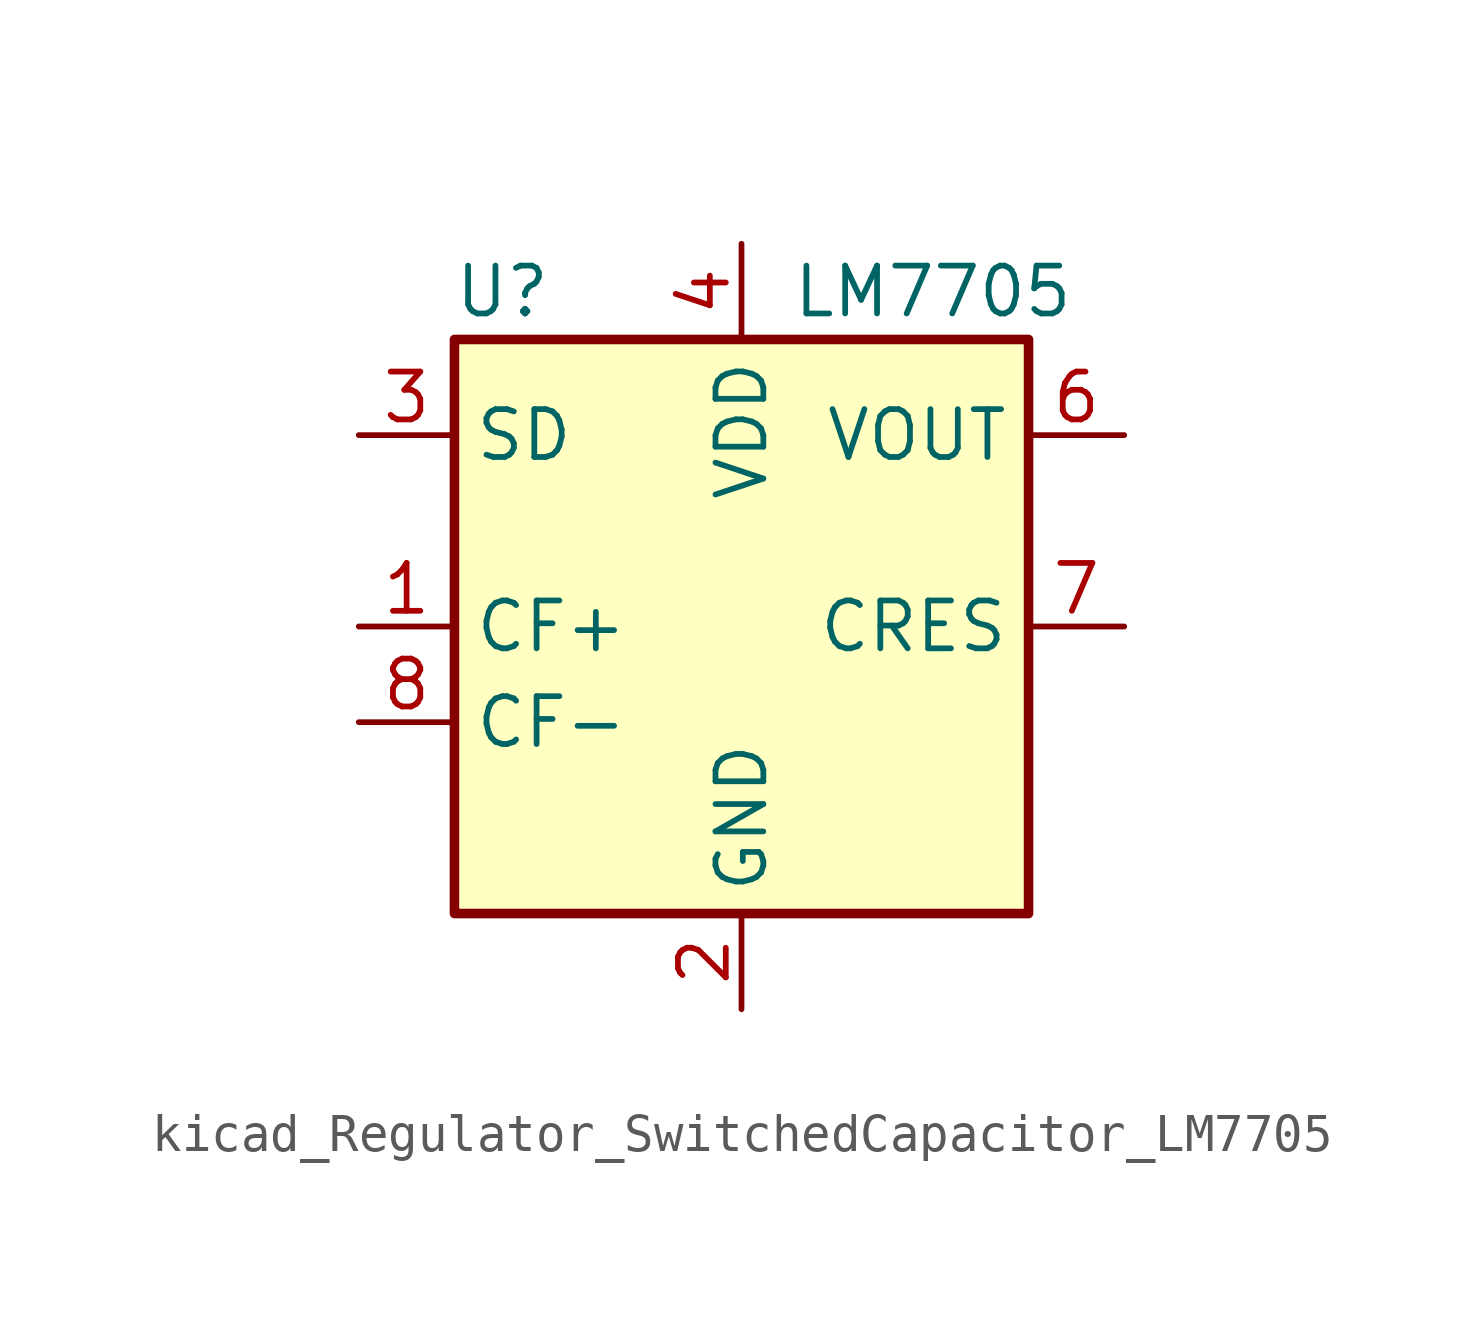
<source format=kicad_sym>
(kicad_symbol_lib
  (version 20220914)
  (generator kicad_symbol_editor)
  (symbol "kicad_Regulator_SwitchedCapacitor_LM7705"
    (property "Reference" "U"
      (at -6.35 8.89 0)
      (effects (font (size 1.27 1.27))))
    (property "Value" "LM7705"
      (at 5.08 8.89 0)
      (effects (font (size 1.27 1.27))))
    (symbol "kicad_Regulator_SwitchedCapacitor_LM7705_0_1"
      (rectangle (start -7.62 7.62) (end 7.62 -7.62) (stroke (width 0.254) (type default)) (fill (type background))))
    (symbol "kicad_Regulator_SwitchedCapacitor_LM7705_1_1"
      (pin passive line (at -10.16 0 0) (length 2.54) (name "CF+" (effects (font (size 1.27 1.27)))) (number "1" (effects (font (size 1.27 1.27)))))
      (pin power_in line (at 0 -10.16 90) (length 2.54) (name "GND" (effects (font (size 1.27 1.27)))) (number "2" (effects (font (size 1.27 1.27)))))
      (pin input line (at -10.16 5.08 0) (length 2.54) (name "SD" (effects (font (size 1.27 1.27)))) (number "3" (effects (font (size 1.27 1.27)))))
      (pin power_in line (at 0 10.16 270) (length 2.54) (name "VDD" (effects (font (size 1.27 1.27)))) (number "4" (effects (font (size 1.27 1.27)))))
      (pin passive line (at 0 -10.16 90) (length 2.54) hide (name "GND" (effects (font (size 1.27 1.27)))) (number "5" (effects (font (size 1.27 1.27)))))
      (pin power_out line (at 10.16 5.08 180) (length 2.54) (name "VOUT" (effects (font (size 1.27 1.27)))) (number "6" (effects (font (size 1.27 1.27)))))
      (pin passive line (at 10.16 0 180) (length 2.54) (name "CRES" (effects (font (size 1.27 1.27)))) (number "7" (effects (font (size 1.27 1.27)))))
      (pin passive line (at -10.16 -2.54 0) (length 2.54) (name "CF-" (effects (font (size 1.27 1.27)))) (number "8" (effects (font (size 1.27 1.27))))))))
</source>
